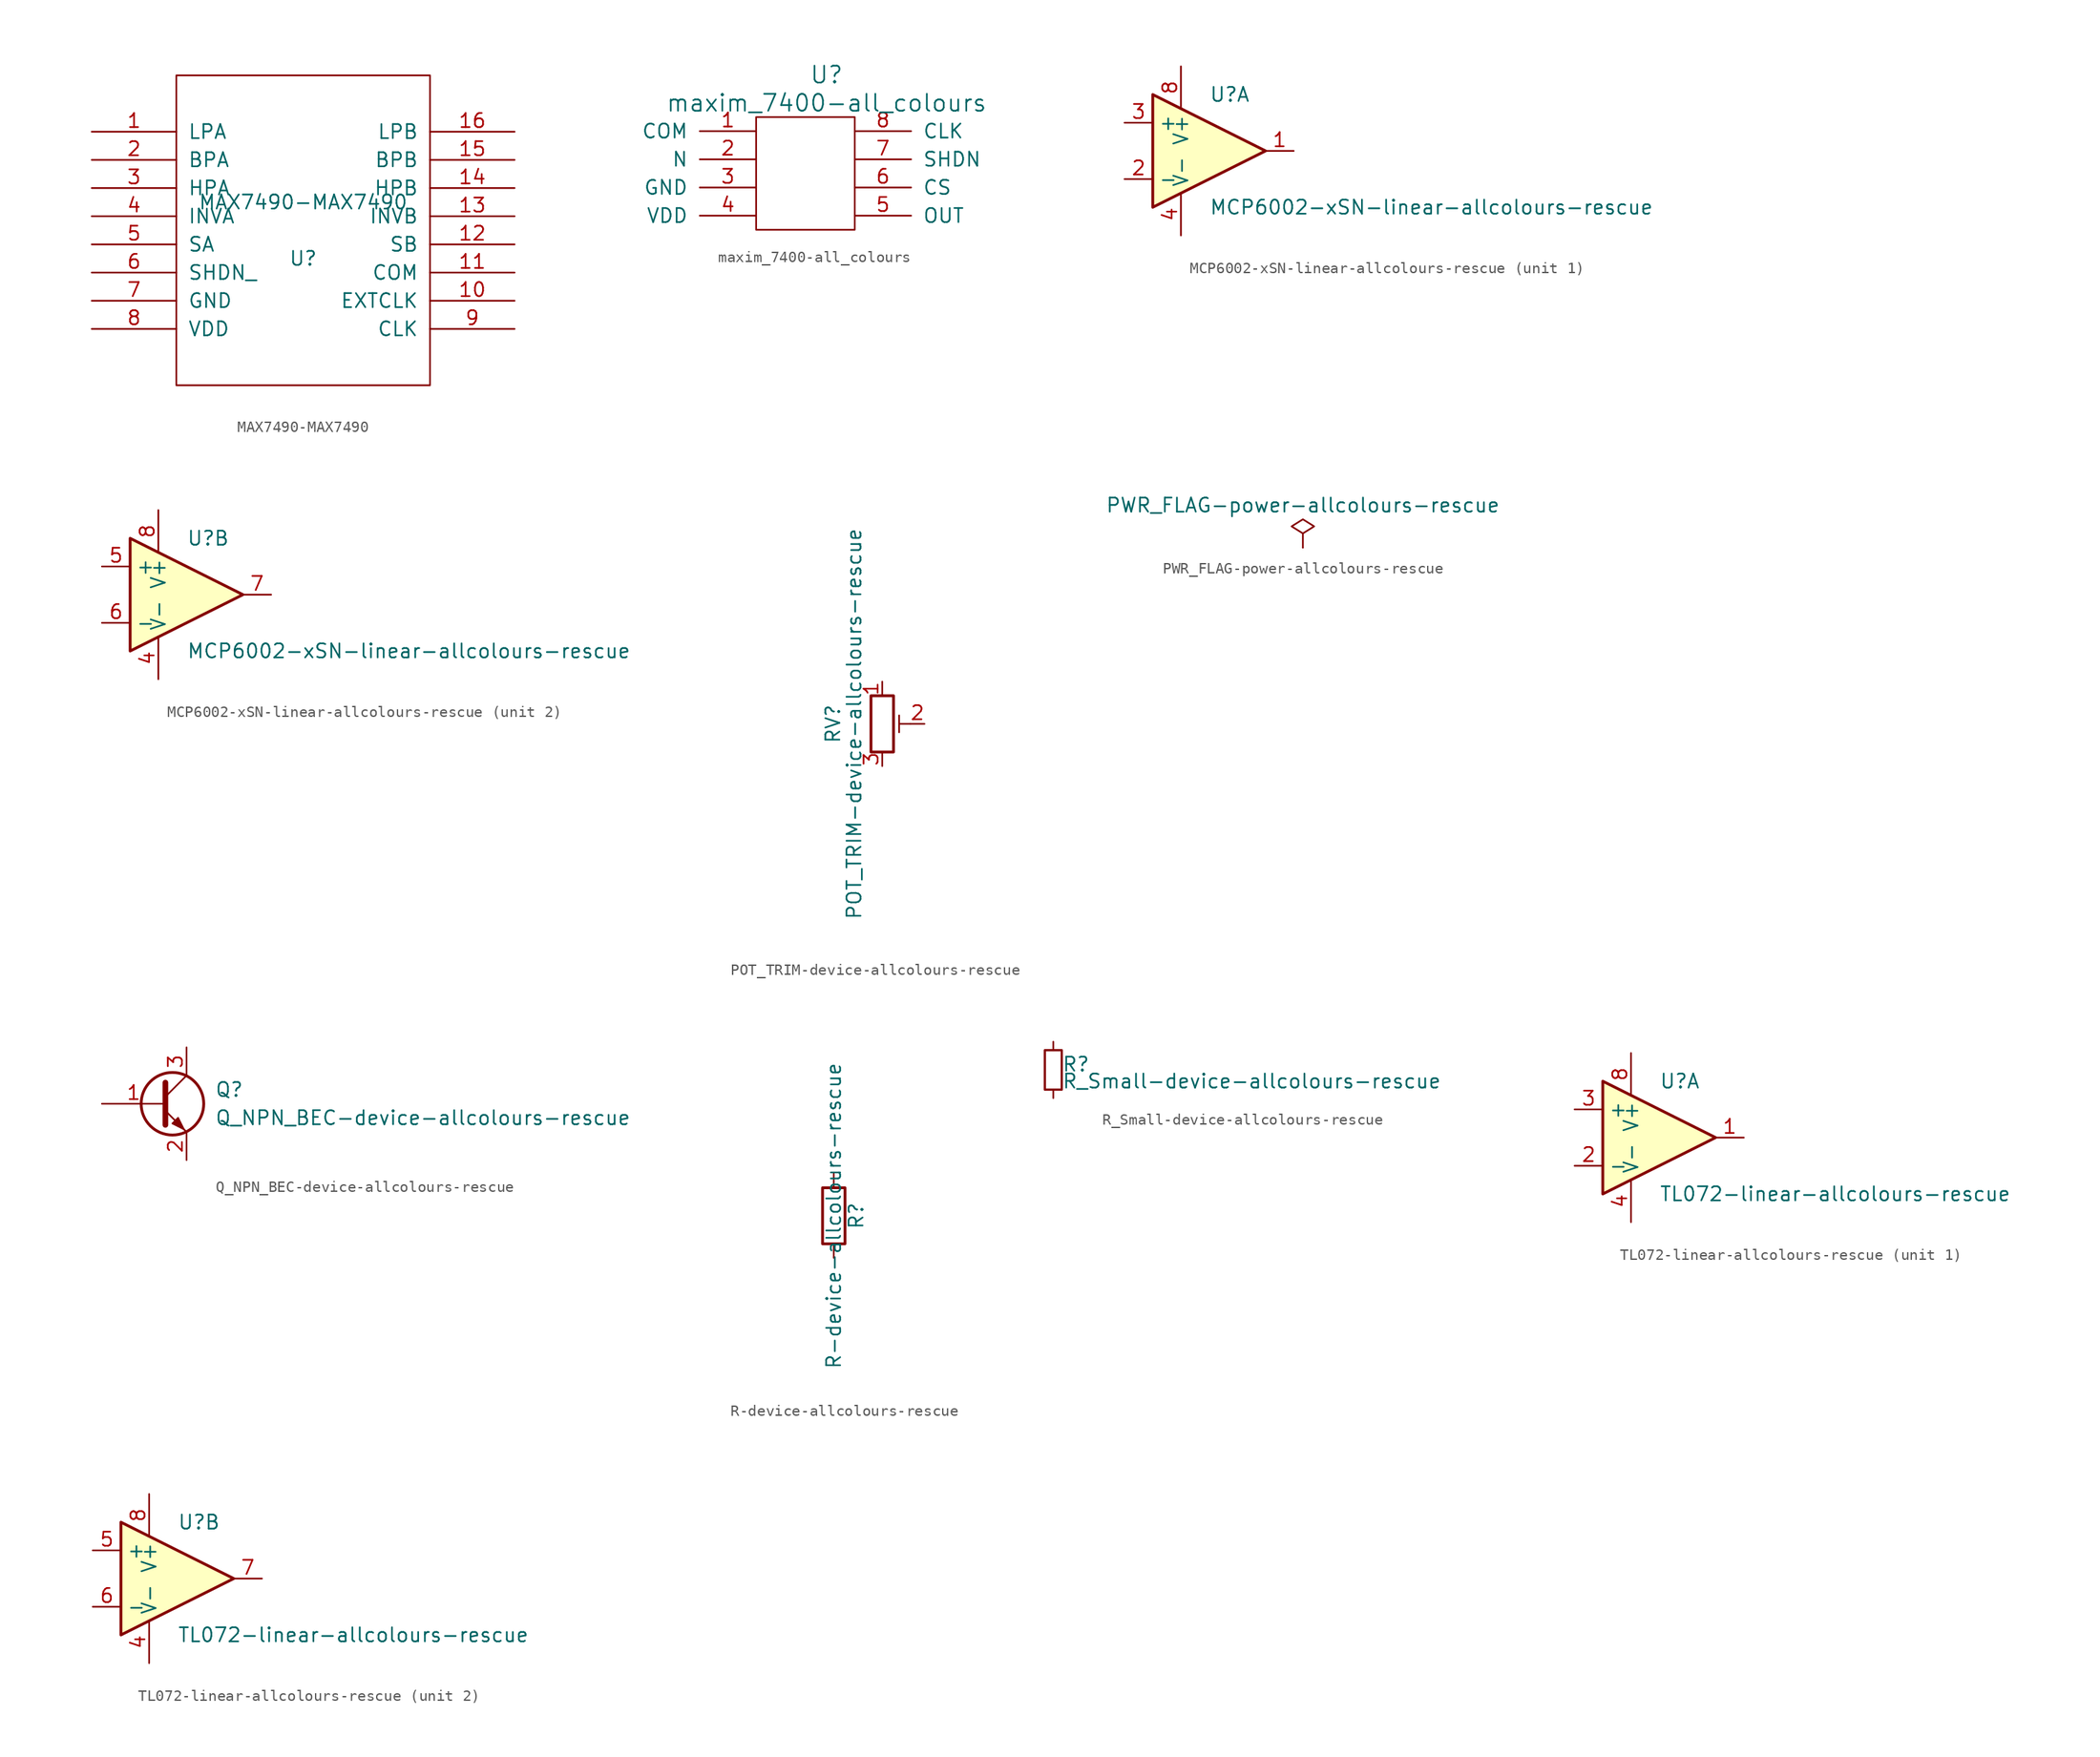
<source format=kicad_sym>
(kicad_symbol_lib
  (version 20211014)
  (generator kicad_symbol_editor)
  (symbol "MAX7490-MAX7490"
    (pin_names
      (offset 1.016))
    (property "Reference" "U"
      (at 0 -2.54 0)
      (effects (font (size 1.27 1.27))))
    (property "Value" "MAX7490-MAX7490"
      (at 0 2.54 0)
      (effects (font (size 1.27 1.27))))
    (symbol "MAX7490-MAX7490_1_0"
      (rectangle (start -11.43 -13.97) (end 11.43 13.97) (stroke (width 0) (type default) (color 0 0 0 0)) (fill (type none))))
    (symbol "MAX7490-MAX7490_1_1"
      (pin input line (at -19.05 8.89 0) (length 7.62) (name "LPA" (effects (font (size 1.27 1.27)))) (number "1" (effects (font (size 1.27 1.27)))))
      (pin input line (at 19.05 -6.35 180) (length 7.62) (name "EXTCLK" (effects (font (size 1.27 1.27)))) (number "10" (effects (font (size 1.27 1.27)))))
      (pin input line (at 19.05 -3.81 180) (length 7.62) (name "COM" (effects (font (size 1.27 1.27)))) (number "11" (effects (font (size 1.27 1.27)))))
      (pin input line (at 19.05 -1.27 180) (length 7.62) (name "SB" (effects (font (size 1.27 1.27)))) (number "12" (effects (font (size 1.27 1.27)))))
      (pin input line (at 19.05 1.27 180) (length 7.62) (name "INVB" (effects (font (size 1.27 1.27)))) (number "13" (effects (font (size 1.27 1.27)))))
      (pin input line (at 19.05 3.81 180) (length 7.62) (name "HPB" (effects (font (size 1.27 1.27)))) (number "14" (effects (font (size 1.27 1.27)))))
      (pin input line (at 19.05 6.35 180) (length 7.62) (name "BPB" (effects (font (size 1.27 1.27)))) (number "15" (effects (font (size 1.27 1.27)))))
      (pin input line (at 19.05 8.89 180) (length 7.62) (name "LPB" (effects (font (size 1.27 1.27)))) (number "16" (effects (font (size 1.27 1.27)))))
      (pin input line (at -19.05 6.35 0) (length 7.62) (name "BPA" (effects (font (size 1.27 1.27)))) (number "2" (effects (font (size 1.27 1.27)))))
      (pin input line (at -19.05 3.81 0) (length 7.62) (name "HPA" (effects (font (size 1.27 1.27)))) (number "3" (effects (font (size 1.27 1.27)))))
      (pin input line (at -19.05 1.27 0) (length 7.62) (name "INVA" (effects (font (size 1.27 1.27)))) (number "4" (effects (font (size 1.27 1.27)))))
      (pin input line (at -19.05 -1.27 0) (length 7.62) (name "SA" (effects (font (size 1.27 1.27)))) (number "5" (effects (font (size 1.27 1.27)))))
      (pin input line (at -19.05 -3.81 0) (length 7.62) (name "SHDN_" (effects (font (size 1.27 1.27)))) (number "6" (effects (font (size 1.27 1.27)))))
      (pin power_in line (at -19.05 -6.35 0) (length 7.62) (name "GND" (effects (font (size 1.27 1.27)))) (number "7" (effects (font (size 1.27 1.27)))))
      (pin power_in line (at -19.05 -8.89 0) (length 7.62) (name "VDD" (effects (font (size 1.27 1.27)))) (number "8" (effects (font (size 1.27 1.27)))))
      (pin input line (at 19.05 -8.89 180) (length 7.62) (name "CLK" (effects (font (size 1.27 1.27)))) (number "9" (effects (font (size 1.27 1.27)))))))
  (symbol "maxim_7400-all_colours"
    (pin_names
      (offset 1.016))
    (property "Reference" "U"
      (at 0 2.54 0)
      (effects (font (size 1.524 1.524))))
    (property "Value" "maxim_7400-all_colours"
      (at 0 0 0)
      (effects (font (size 1.524 1.524))))
    (symbol "maxim_7400-all_colours_0_1"
      (rectangle (start -6.35 -1.27) (end 2.54 -11.43) (stroke (width 0) (type default) (color 0 0 0 0)) (fill (type none))))
    (symbol "maxim_7400-all_colours_1_1"
      (pin input line (at -6.35 -2.54 180) (length 5.08) (name "COM" (effects (font (size 1.27 1.27)))) (number "1" (effects (font (size 1.27 1.27)))))
      (pin input line (at -6.35 -5.08 180) (length 5.08) (name "N" (effects (font (size 1.27 1.27)))) (number "2" (effects (font (size 1.27 1.27)))))
      (pin power_in line (at -6.35 -7.62 180) (length 5.08) (name "GND" (effects (font (size 1.27 1.27)))) (number "3" (effects (font (size 1.27 1.27)))))
      (pin power_in line (at -6.35 -10.16 180) (length 5.08) (name "VDD" (effects (font (size 1.27 1.27)))) (number "4" (effects (font (size 1.27 1.27)))))
      (pin output line (at 2.54 -10.16 0) (length 5.08) (name "OUT" (effects (font (size 1.27 1.27)))) (number "5" (effects (font (size 1.27 1.27)))))
      (pin input line (at 2.54 -7.62 0) (length 5.08) (name "CS" (effects (font (size 1.27 1.27)))) (number "6" (effects (font (size 1.27 1.27)))))
      (pin input line (at 2.54 -5.08 0) (length 5.08) (name "SHDN" (effects (font (size 1.27 1.27)))) (number "7" (effects (font (size 1.27 1.27)))))
      (pin power_in line (at 2.54 -2.54 0) (length 5.08) (name "CLK" (effects (font (size 1.27 1.27)))) (number "8" (effects (font (size 1.27 1.27)))))))
  (symbol "MCP6002-xSN-linear-allcolours-rescue"
    (property "Reference" "U"
      (at 0 5.08 0)
      (effects (font (size 1.27 1.27)) (justify left)))
    (property "Value" "MCP6002-xSN-linear-allcolours-rescue"
      (at 0 -5.08 0)
      (effects (font (size 1.27 1.27)) (justify left)))
    (symbol "MCP6002-xSN-linear-allcolours-rescue_0_1"
      (polyline (pts (xy -5.08 5.08) (xy 5.08 0) (xy -5.08 -5.08) (xy -5.08 5.08)) (stroke (width 0.254) (type default) (color 0 0 0 0)) (fill (type background)))
      (pin power_in line (at -2.54 -7.62 90) (length 3.81) (name "V-" (effects (font (size 1.27 1.27)))) (number "4" (effects (font (size 1.27 1.27)))))
      (pin power_in line (at -2.54 7.62 270) (length 3.81) (name "V+" (effects (font (size 1.27 1.27)))) (number "8" (effects (font (size 1.27 1.27))))))
    (symbol "MCP6002-xSN-linear-allcolours-rescue_1_1"
      (pin output line (at 7.62 0 180) (length 2.54) (name "~" (effects (font (size 1.27 1.27)))) (number "1" (effects (font (size 1.27 1.27)))))
      (pin input line (at -7.62 -2.54 0) (length 2.54) (name "-" (effects (font (size 1.27 1.27)))) (number "2" (effects (font (size 1.27 1.27)))))
      (pin input line (at -7.62 2.54 0) (length 2.54) (name "+" (effects (font (size 1.27 1.27)))) (number "3" (effects (font (size 1.27 1.27))))))
    (symbol "MCP6002-xSN-linear-allcolours-rescue_2_1"
      (pin input line (at -7.62 2.54 0) (length 2.54) (name "+" (effects (font (size 1.27 1.27)))) (number "5" (effects (font (size 1.27 1.27)))))
      (pin input line (at -7.62 -2.54 0) (length 2.54) (name "-" (effects (font (size 1.27 1.27)))) (number "6" (effects (font (size 1.27 1.27)))))
      (pin output line (at 7.62 0 180) (length 2.54) (name "~" (effects (font (size 1.27 1.27)))) (number "7" (effects (font (size 1.27 1.27)))))))
  (symbol "POT_TRIM-device-allcolours-rescue"
    (pin_names
      (offset 1.016) hide)
    (property "Reference" "RV"
      (at -4.445 0 90)
      (effects (font (size 1.27 1.27))))
    (property "Value" "POT_TRIM-device-allcolours-rescue"
      (at -2.54 0 90)
      (effects (font (size 1.27 1.27))))
    (symbol "POT_TRIM-device-allcolours-rescue_0_1"
      (polyline (pts (xy 1.524 0.762) (xy 1.524 -0.762)) (stroke (width 0) (type default) (color 0 0 0 0)) (fill (type none)))
      (polyline (pts (xy 2.54 0) (xy 1.524 0)) (stroke (width 0) (type default) (color 0 0 0 0)) (fill (type none)))
      (rectangle (start 1.016 2.54) (end -1.016 -2.54) (stroke (width 0.254) (type default) (color 0 0 0 0)) (fill (type none))))
    (symbol "POT_TRIM-device-allcolours-rescue_1_1"
      (pin passive line (at 0 3.81 270) (length 1.27) (name "1" (effects (font (size 1.27 1.27)))) (number "1" (effects (font (size 1.27 1.27)))))
      (pin passive line (at 3.81 0 180) (length 1.27) (name "2" (effects (font (size 1.27 1.27)))) (number "2" (effects (font (size 1.27 1.27)))))
      (pin passive line (at 0 -3.81 90) (length 1.27) (name "3" (effects (font (size 1.27 1.27)))) (number "3" (effects (font (size 1.27 1.27)))))))
  (symbol "PWR_FLAG-power-allcolours-rescue"
    (power)
    (pin_numbers hide)
    (pin_names
      (offset 0) hide)
    (property "Reference" "#FLG"
      (at 0 1.905 0)
      (effects (font (size 1.27 1.27)) hide))
    (property "Value" "PWR_FLAG-power-allcolours-rescue"
      (at 0 3.81 0)
      (effects (font (size 1.27 1.27))))
    (symbol "PWR_FLAG-power-allcolours-rescue_0_0"
      (pin power_out line (at 0 0 90) (length 0) (name "pwr" (effects (font (size 1.27 1.27)))) (number "1" (effects (font (size 1.27 1.27))))))
    (symbol "PWR_FLAG-power-allcolours-rescue_0_1"
      (polyline (pts (xy 0 0) (xy 0 1.27) (xy -1.016 1.905) (xy 0 2.54) (xy 1.016 1.905) (xy 0 1.27)) (stroke (width 0) (type default) (color 0 0 0 0)) (fill (type none)))))
  (symbol "Q_NPN_BEC-device-allcolours-rescue"
    (pin_names
      (offset 0) hide)
    (property "Reference" "Q"
      (at 5.08 1.27 0)
      (effects (font (size 1.27 1.27)) (justify left)))
    (property "Value" "Q_NPN_BEC-device-allcolours-rescue"
      (at 5.08 -1.27 0)
      (effects (font (size 1.27 1.27)) (justify left)))
    (symbol "Q_NPN_BEC-device-allcolours-rescue_0_1"
      (polyline (pts (xy 0.635 0.635) (xy 2.54 2.54)) (stroke (width 0) (type default) (color 0 0 0 0)) (fill (type none)))
      (polyline (pts (xy 0.635 -0.635) (xy 2.54 -2.54) (xy 2.54 -2.54)) (stroke (width 0) (type default) (color 0 0 0 0)) (fill (type none)))
      (polyline (pts (xy 0.635 1.905) (xy 0.635 -1.905) (xy 0.635 -1.905)) (stroke (width 0.508) (type default) (color 0 0 0 0)) (fill (type none)))
      (polyline (pts (xy 1.27 -1.778) (xy 1.778 -1.27) (xy 2.286 -2.286) (xy 1.27 -1.778) (xy 1.27 -1.778)) (stroke (width 0) (type default) (color 0 0 0 0)) (fill (type outline)))
      (circle (center 1.27 0) (radius 2.819) (stroke (width 0.254) (type default) (color 0 0 0 0)) (fill (type none))))
    (symbol "Q_NPN_BEC-device-allcolours-rescue_1_1"
      (pin input line (at -5.08 0 0) (length 5.715) (name "B" (effects (font (size 1.27 1.27)))) (number "1" (effects (font (size 1.27 1.27)))))
      (pin passive line (at 2.54 -5.08 90) (length 2.54) (name "E" (effects (font (size 1.27 1.27)))) (number "2" (effects (font (size 1.27 1.27)))))
      (pin passive line (at 2.54 5.08 270) (length 2.54) (name "C" (effects (font (size 1.27 1.27)))) (number "3" (effects (font (size 1.27 1.27)))))))
  (symbol "R-device-allcolours-rescue"
    (pin_numbers hide)
    (pin_names
      (offset 0))
    (property "Reference" "R"
      (at 2.032 0 90)
      (effects (font (size 1.27 1.27))))
    (property "Value" "R-device-allcolours-rescue"
      (at 0 0 90)
      (effects (font (size 1.27 1.27))))
    (symbol "R-device-allcolours-rescue_0_1"
      (rectangle (start -1.016 -2.54) (end 1.016 2.54) (stroke (width 0.254) (type default) (color 0 0 0 0)) (fill (type none))))
    (symbol "R-device-allcolours-rescue_1_1"
      (pin passive line (at 0 3.81 270) (length 1.27) (name "~" (effects (font (size 1.27 1.27)))) (number "1" (effects (font (size 1.27 1.27)))))
      (pin passive line (at 0 -3.81 90) (length 1.27) (name "~" (effects (font (size 1.27 1.27)))) (number "2" (effects (font (size 1.27 1.27)))))))
  (symbol "R_Small-device-allcolours-rescue"
    (pin_numbers hide)
    (pin_names
      (offset 0.254) hide)
    (property "Reference" "R"
      (at 0.762 0.508 0)
      (effects (font (size 1.27 1.27)) (justify left)))
    (property "Value" "R_Small-device-allcolours-rescue"
      (at 0.762 -1.016 0)
      (effects (font (size 1.27 1.27)) (justify left)))
    (symbol "R_Small-device-allcolours-rescue_0_1"
      (rectangle (start -0.762 1.778) (end 0.762 -1.778) (stroke (width 0.203) (type default) (color 0 0 0 0)) (fill (type none))))
    (symbol "R_Small-device-allcolours-rescue_1_1"
      (pin passive line (at 0 2.54 270) (length 0.762) (name "~" (effects (font (size 1.27 1.27)))) (number "1" (effects (font (size 1.27 1.27)))))
      (pin passive line (at 0 -2.54 90) (length 0.762) (name "~" (effects (font (size 1.27 1.27)))) (number "2" (effects (font (size 1.27 1.27)))))))
  (symbol "TL072-linear-allcolours-rescue"
    (property "Reference" "U"
      (at 0 5.08 0)
      (effects (font (size 1.27 1.27)) (justify left)))
    (property "Value" "TL072-linear-allcolours-rescue"
      (at 0 -5.08 0)
      (effects (font (size 1.27 1.27)) (justify left)))
    (symbol "TL072-linear-allcolours-rescue_0_1"
      (polyline (pts (xy -5.08 5.08) (xy 5.08 0) (xy -5.08 -5.08) (xy -5.08 5.08)) (stroke (width 0.254) (type default) (color 0 0 0 0)) (fill (type background)))
      (pin power_in line (at -2.54 -7.62 90) (length 3.81) (name "V-" (effects (font (size 1.27 1.27)))) (number "4" (effects (font (size 1.27 1.27)))))
      (pin power_in line (at -2.54 7.62 270) (length 3.81) (name "V+" (effects (font (size 1.27 1.27)))) (number "8" (effects (font (size 1.27 1.27))))))
    (symbol "TL072-linear-allcolours-rescue_1_1"
      (pin output line (at 7.62 0 180) (length 2.54) (name "~" (effects (font (size 1.27 1.27)))) (number "1" (effects (font (size 1.27 1.27)))))
      (pin input line (at -7.62 -2.54 0) (length 2.54) (name "-" (effects (font (size 1.27 1.27)))) (number "2" (effects (font (size 1.27 1.27)))))
      (pin input line (at -7.62 2.54 0) (length 2.54) (name "+" (effects (font (size 1.27 1.27)))) (number "3" (effects (font (size 1.27 1.27))))))
    (symbol "TL072-linear-allcolours-rescue_2_1"
      (pin input line (at -7.62 2.54 0) (length 2.54) (name "+" (effects (font (size 1.27 1.27)))) (number "5" (effects (font (size 1.27 1.27)))))
      (pin input line (at -7.62 -2.54 0) (length 2.54) (name "-" (effects (font (size 1.27 1.27)))) (number "6" (effects (font (size 1.27 1.27)))))
      (pin output line (at 7.62 0 180) (length 2.54) (name "~" (effects (font (size 1.27 1.27)))) (number "7" (effects (font (size 1.27 1.27))))))))
</source>
